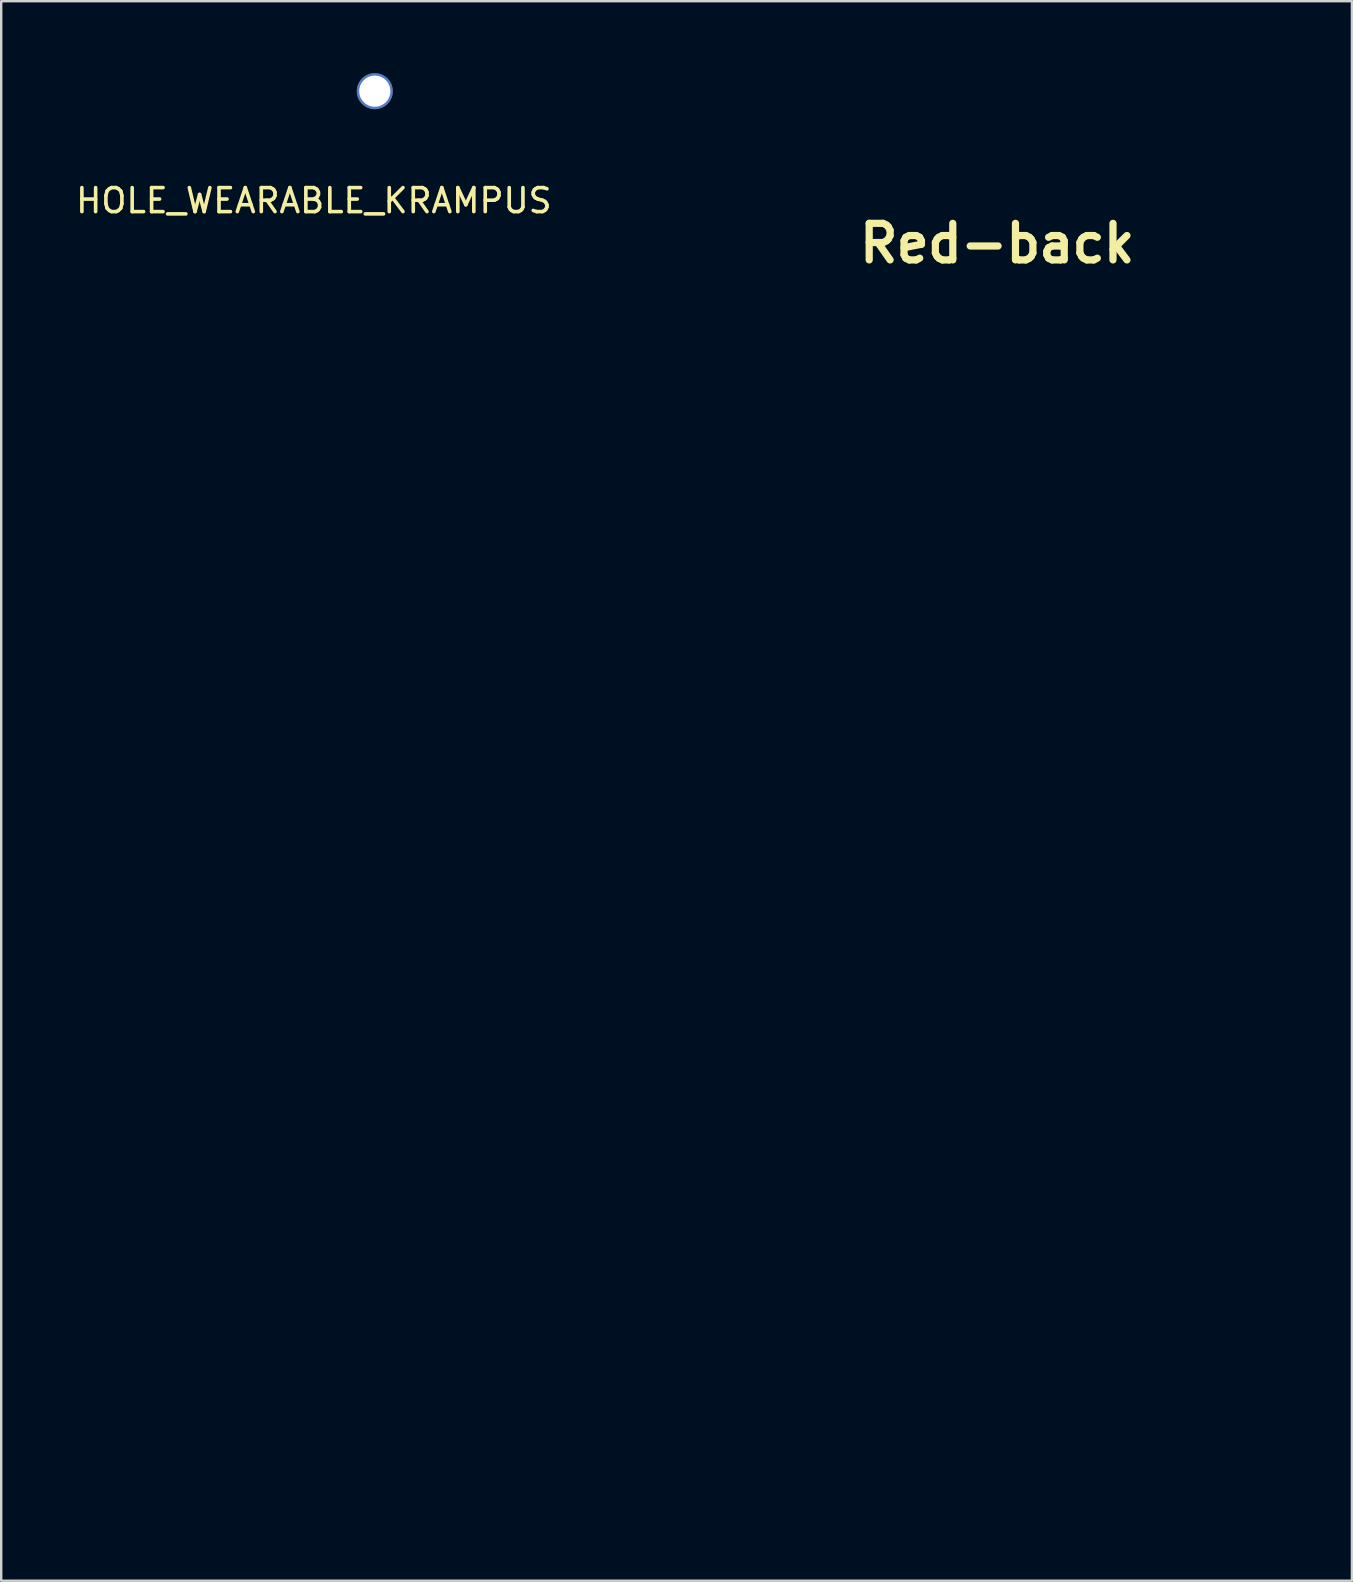
<source format=kicad_pcb>
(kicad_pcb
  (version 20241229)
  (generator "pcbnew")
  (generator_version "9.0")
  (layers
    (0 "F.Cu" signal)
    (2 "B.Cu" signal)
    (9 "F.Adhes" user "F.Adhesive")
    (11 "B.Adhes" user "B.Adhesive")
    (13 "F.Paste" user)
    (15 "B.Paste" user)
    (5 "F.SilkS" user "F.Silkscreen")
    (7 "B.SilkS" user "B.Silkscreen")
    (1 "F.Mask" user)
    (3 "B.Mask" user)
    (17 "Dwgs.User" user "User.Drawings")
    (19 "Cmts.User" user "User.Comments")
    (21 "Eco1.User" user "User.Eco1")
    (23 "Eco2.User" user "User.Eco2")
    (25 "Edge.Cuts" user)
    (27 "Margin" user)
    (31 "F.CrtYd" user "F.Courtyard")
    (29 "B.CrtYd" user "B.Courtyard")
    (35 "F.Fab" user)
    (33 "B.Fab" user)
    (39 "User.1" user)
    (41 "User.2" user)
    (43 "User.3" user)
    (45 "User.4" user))
  (footprint "HOLE_WEARABLE_KRAMPUS"
    (layer "F.Cu")
    (at 10.03 4.814)
    (property "Reference" "HOLE_WEARABLE_KRAMPUS" (at 0 0.5 0) (layer "F.SilkS") (effects (font (size 1 1) (thickness 0.15))))
    (attr through_hole)
    (pad "1" thru_hole circle (at 2.54 -4.064) (size 1.5 1.5) (drill 1.3) (layers "*.Cu" "*.Mask")))
  (footprint "Red-back"
    (layer "F.Cu")
    (at 38.509 7.093)
    (property "Reference" "Red-back" (at 0 0 0) (layer "F.SilkS") (effects (font (size 1.524 1.524) (thickness 0.3))))
    (attr through_hole)
    (fp_poly (pts (xy 8.411 -6.914) (xy 8.861 -6.73) (xy 9.322 -6.419) (xy 9.801 -6.005) (xy 10.535 -5.415) (xy 11.283 -4.998) (xy 11.732 -4.829) (xy 11.779 -4.78) (xy 11.708 -4.692) (xy 11.501 -4.549) (xy 11.141 -4.341) (xy 10.817 -4.164) (xy 10.386 -3.934) (xy 10.02 -3.745) (xy 9.756 -3.614) (xy 9.629 -3.56) (xy 9.627 -3.56) (xy 9.581 -3.648) (xy 9.553 -3.875) (xy 9.55 -3.998) (xy 9.461 -4.509) (xy 9.189 -4.943) (xy 8.729 -5.307) (xy 8.541 -5.41) (xy 7.92 -5.633) (xy 7.312 -5.684) (xy 6.746 -5.576) (xy 6.251 -5.322) (xy 5.856 -4.937) (xy 5.591 -4.433) (xy 5.498 -4.013) (xy 5.436 -3.458) (xy 4.928 -3.749) (xy 4.608 -3.95) (xy 4.338 -4.151) (xy 4.227 -4.254) (xy 4.12 -4.388) (xy 4.099 -4.505) (xy 4.174 -4.671) (xy 4.322 -4.901) (xy 4.675 -5.373) (xy 5.103 -5.851) (xy 5.551 -6.281) (xy 5.966 -6.608) (xy 6.083 -6.682) (xy 6.402 -6.837) (xy 6.758 -6.931) (xy 7.227 -6.984) (xy 7.33 -6.99) (xy 7.919 -6.994) (xy 8.411 -6.914)) (stroke (width 0.01) (type solid)) (fill yes) (layer "B.Mask"))
    (fp_poly (pts (xy -10.748 -7.068) (xy -10.125 -6.91) (xy -9.539 -6.599) (xy -8.967 -6.123) (xy -8.384 -5.468) (xy -8.14 -5.149) (xy -7.917 -4.84) (xy -7.803 -4.645) (xy -7.78 -4.52) (xy -7.834 -4.415) (xy -7.88 -4.362) (xy -8.046 -4.215) (xy -8.302 -4.023) (xy -8.591 -3.825) (xy -8.855 -3.66) (xy -9.039 -3.565) (xy -9.077 -3.556) (xy -9.121 -3.645) (xy -9.143 -3.866) (xy -9.144 -3.915) (xy -9.239 -4.46) (xy -9.504 -4.948) (xy -9.905 -5.351) (xy -10.411 -5.638) (xy -10.99 -5.781) (xy -11.189 -5.791) (xy -11.563 -5.735) (xy -12.009 -5.588) (xy -12.438 -5.384) (xy -12.618 -5.269) (xy -12.876 -5.009) (xy -13.095 -4.657) (xy -13.239 -4.284) (xy -13.276 -3.961) (xy -13.266 -3.903) (xy -13.256 -3.709) (xy -13.318 -3.658) (xy -13.448 -3.703) (xy -13.716 -3.828) (xy -14.084 -4.012) (xy -14.507 -4.234) (xy -14.957 -4.478) (xy -15.248 -4.647) (xy -15.403 -4.758) (xy -15.445 -4.831) (xy -15.395 -4.883) (xy -15.335 -4.91) (xy -14.722 -5.18) (xy -14.227 -5.465) (xy -13.769 -5.816) (xy -13.503 -6.056) (xy -13.035 -6.472) (xy -12.644 -6.758) (xy -12.276 -6.938) (xy -11.88 -7.04) (xy -11.43 -7.088) (xy -10.748 -7.068)) (stroke (width 0.01) (type solid)) (fill yes) (layer "B.Mask"))
    (fp_poly (pts (xy -6.134 9.984) (xy -5.89 10.055) (xy -5.552 10.168) (xy -5.466 10.199) (xy -4.119 10.582) (xy -2.753 10.779) (xy -1.392 10.789) (xy -0.063 10.611) (xy 0.728 10.407) (xy 0.917 10.453) (xy 1.148 10.684) (xy 1.157 10.694) (xy 1.415 11.034) (xy 1.061 11.974) (xy 0.54 13.567) (xy 0.206 15.082) (xy 0.058 16.518) (xy 0.096 17.879) (xy 0.098 17.901) (xy 0.166 18.452) (xy 0.261 19.009) (xy 0.391 19.601) (xy 0.564 20.26) (xy 0.789 21.015) (xy 1.073 21.899) (xy 1.424 22.94) (xy 1.425 22.94) (xy 1.773 23.989) (xy 2.047 24.887) (xy 2.252 25.67) (xy 2.396 26.373) (xy 2.487 27.03) (xy 2.532 27.677) (xy 2.54 28.138) (xy 2.524 28.793) (xy 2.471 29.422) (xy 2.374 30.055) (xy 2.224 30.722) (xy 2.015 31.452) (xy 1.738 32.275) (xy 1.386 33.22) (xy 0.952 34.317) (xy 0.942 34.341) (xy 0.536 35.377) (xy 0.119 36.503) (xy -0.293 37.673) (xy -0.685 38.841) (xy -1.042 39.96) (xy -1.348 40.985) (xy -1.585 41.858) (xy -1.718 42.399) (xy -1.812 42.834) (xy -1.873 43.221) (xy -1.908 43.619) (xy -1.925 44.088) (xy -1.929 44.687) (xy -1.929 44.855) (xy -1.845 46.784) (xy -1.596 48.621) (xy -1.176 50.401) (xy -0.77 51.65) (xy -0.62 52.067) (xy -0.5 52.407) (xy -0.425 52.628) (xy -0.406 52.692) (xy -0.489 52.726) (xy -0.557 52.73) (xy -0.68 52.657) (xy -0.899 52.457) (xy -1.18 52.163) (xy -1.446 51.86) (xy -2.313 50.784) (xy -3.112 49.689) (xy -3.827 48.601) (xy -4.444 47.544) (xy -4.947 46.544) (xy -5.323 45.627) (xy -5.535 44.907) (xy -5.619 44.376) (xy -5.668 43.703) (xy -5.683 42.948) (xy -5.663 42.169) (xy -5.608 41.425) (xy -5.539 40.894) (xy -5.452 40.394) (xy -5.351 39.906) (xy -5.23 39.399) (xy -5.078 38.84) (xy -4.888 38.199) (xy -4.649 37.442) (xy -4.354 36.539) (xy -4.224 36.147) (xy -3.989 35.428) (xy -3.759 34.701) (xy -3.549 34.014) (xy -3.373 33.41) (xy -3.243 32.938) (xy -3.213 32.817) (xy -2.923 31.383) (xy -2.781 30.067) (xy -2.792 28.843) (xy -2.958 27.687) (xy -3.284 26.573) (xy -3.774 25.476) (xy -4.431 24.37) (xy -4.525 24.231) (xy -4.819 23.798) (xy -5.134 23.334) (xy -5.404 22.935) (xy -5.414 22.92) (xy -5.793 22.295) (xy -6.172 21.562) (xy -6.516 20.795) (xy -6.789 20.071) (xy -6.899 19.71) (xy -7.102 18.822) (xy -7.232 17.918) (xy -7.287 16.973) (xy -7.275 16.414) (xy -4.409 16.414) (xy -4.409 16.967) (xy -4.4 17.648) (xy -4.377 18.176) (xy -4.336 18.603) (xy -4.272 18.979) (xy -4.183 19.34) (xy -3.888 20.215) (xy -3.452 21.206) (xy -2.883 22.293) (xy -2.358 23.189) (xy -1.822 24.085) (xy -1.397 24.855) (xy -1.072 25.533) (xy -0.833 26.154) (xy -0.669 26.754) (xy -0.568 27.367) (xy -0.519 28.029) (xy -0.508 28.626) (xy -0.52 29.235) (xy -0.559 29.815) (xy -0.633 30.398) (xy -0.748 31.016) (xy -0.91 31.7) (xy -1.127 32.481) (xy -1.404 33.391) (xy -1.726 34.392) (xy -2.086 35.504) (xy -2.379 36.448) (xy -2.613 37.244) (xy -2.792 37.915) (xy -2.923 38.482) (xy -2.993 38.844) (xy -3.028 39.153) (xy -3.05 39.562) (xy -3.059 40.019) (xy -3.056 40.471) (xy -3.041 40.867) (xy -3.013 41.155) (xy -2.982 41.272) (xy -2.911 41.288) (xy -2.844 41.135) (xy -2.789 40.848) (xy -2.758 40.462) (xy -2.755 40.399) (xy -2.701 39.852) (xy -2.571 39.135) (xy -2.367 38.263) (xy -2.094 37.252) (xy -1.756 36.118) (xy -1.358 34.876) (xy -1.27 34.612) (xy -0.913 33.537) (xy -0.621 32.625) (xy -0.387 31.849) (xy -0.205 31.182) (xy -0.07 30.595) (xy 0.026 30.062) (xy 0.088 29.555) (xy 0.122 29.047) (xy 0.135 28.511) (xy 0.136 28.397) (xy 0.123 27.725) (xy 0.075 27.12) (xy -0.019 26.55) (xy -0.171 25.986) (xy -0.392 25.397) (xy -0.691 24.751) (xy -1.081 24.019) (xy -1.571 23.168) (xy -1.891 22.633) (xy -2.224 22.07) (xy -2.539 21.518) (xy -2.812 21.019) (xy -3.019 20.616) (xy -3.122 20.393) (xy -3.579 19.022) (xy -3.843 17.609) (xy -3.915 16.176) (xy -3.795 14.746) (xy -3.481 13.341) (xy -3.121 12.319) (xy -3.002 12.003) (xy -2.937 11.775) (xy -2.941 11.684) (xy -2.943 11.684) (xy -3.04 11.774) (xy -3.187 12.018) (xy -3.368 12.38) (xy -3.566 12.822) (xy -3.765 13.307) (xy -3.948 13.797) (xy -4.099 14.255) (xy -4.138 14.391) (xy -4.248 14.805) (xy -4.324 15.161) (xy -4.372 15.512) (xy -4.399 15.911) (xy -4.409 16.414) (xy -7.275 16.414) (xy -7.266 15.96) (xy -7.169 14.852) (xy -6.995 13.624) (xy -6.741 12.249) (xy -6.581 11.481) (xy -6.468 10.961) (xy -6.369 10.517) (xy -6.292 10.184) (xy -6.245 9.997) (xy -6.236 9.97) (xy -6.134 9.984)) (stroke (width 0.01) (type solid)) (fill yes) (layer "B.Mask")))
  (gr_rect
    (start -3 -3)
    (end 53.293 62.828)
    (stroke (width 0.1) (type default))
    (fill no)
    (layer "Edge.Cuts")))
</source>
